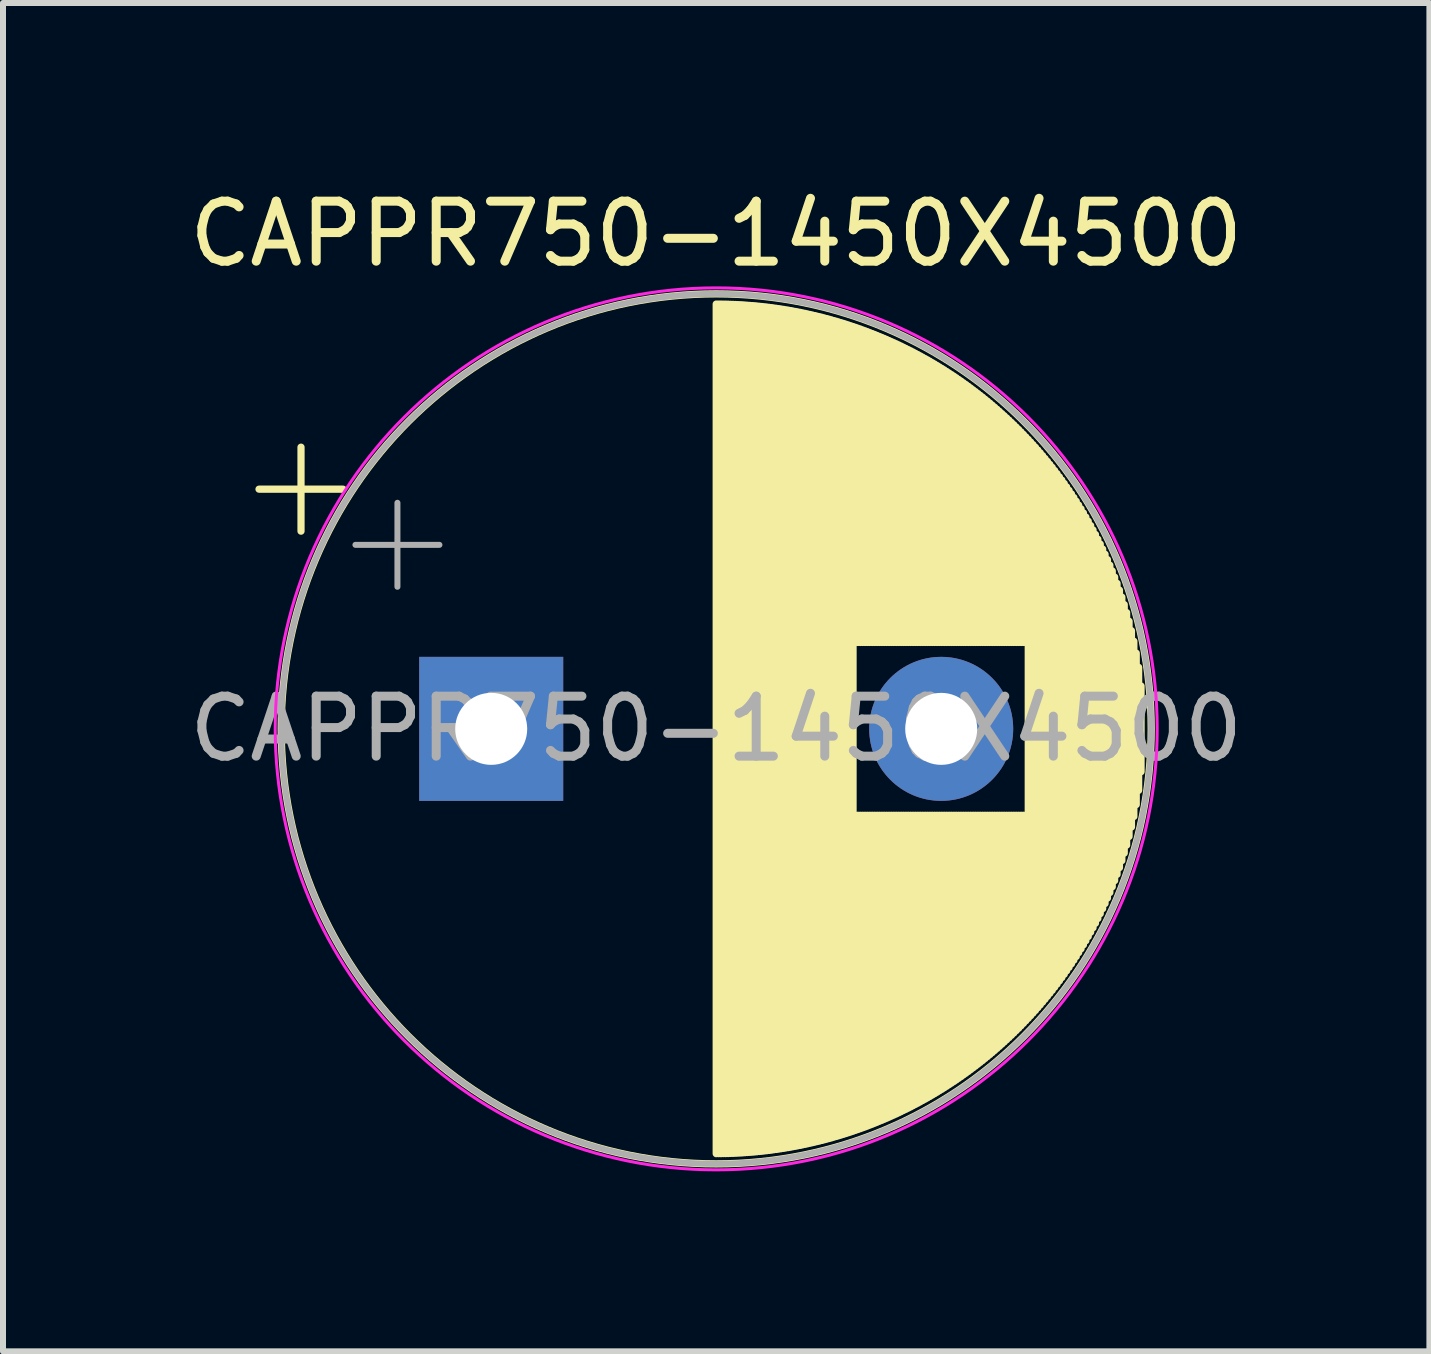
<source format=kicad_pcb>
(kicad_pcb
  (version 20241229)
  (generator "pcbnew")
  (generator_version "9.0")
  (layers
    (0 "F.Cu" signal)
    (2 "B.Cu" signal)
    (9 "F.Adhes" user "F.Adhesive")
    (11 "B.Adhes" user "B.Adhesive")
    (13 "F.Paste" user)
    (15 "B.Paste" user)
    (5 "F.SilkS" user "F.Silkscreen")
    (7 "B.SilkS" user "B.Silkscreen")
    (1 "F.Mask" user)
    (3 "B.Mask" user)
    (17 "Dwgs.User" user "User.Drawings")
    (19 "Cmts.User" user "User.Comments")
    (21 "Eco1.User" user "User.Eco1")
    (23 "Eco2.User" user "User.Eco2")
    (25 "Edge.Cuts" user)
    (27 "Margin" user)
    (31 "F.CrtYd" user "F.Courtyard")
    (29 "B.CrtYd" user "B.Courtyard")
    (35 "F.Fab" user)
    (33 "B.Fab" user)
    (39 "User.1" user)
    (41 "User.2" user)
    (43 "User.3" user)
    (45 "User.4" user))
  (footprint "CAPPR750-1450X4500"
    (layer "F.Cu")
    (at 5.137 9.098)
    (property "Reference" "CAPPR750-1450X4500" (at 3.75 -8.25 0) (layer "F.SilkS") (effects (font (size 1 1) (thickness 0.15))))
    (attr through_hole)
    (fp_line (start -3.87 -3.995) (end -2.47 -3.995) (stroke (width 0.12) (type solid)) (layer "F.SilkS"))
    (fp_line (start -3.17 -4.695) (end -3.17 -3.295) (stroke (width 0.12) (type solid)) (layer "F.SilkS"))
    (fp_line (start 3.75 -7.08) (end 3.75 7.08) (stroke (width 0.12) (type solid)) (layer "F.SilkS"))
    (fp_line (start 3.79 -7.08) (end 3.79 7.08) (stroke (width 0.12) (type solid)) (layer "F.SilkS"))
    (fp_line (start 3.83 -7.08) (end 3.83 7.08) (stroke (width 0.12) (type solid)) (layer "F.SilkS"))
    (fp_line (start 3.87 -7.079) (end 3.87 7.079) (stroke (width 0.12) (type solid)) (layer "F.SilkS"))
    (fp_line (start 3.91 -7.079) (end 3.91 7.079) (stroke (width 0.12) (type solid)) (layer "F.SilkS"))
    (fp_line (start 3.95 -7.078) (end 3.95 7.078) (stroke (width 0.12) (type solid)) (layer "F.SilkS"))
    (fp_line (start 3.99 -7.076) (end 3.99 7.076) (stroke (width 0.12) (type solid)) (layer "F.SilkS"))
    (fp_line (start 4.03 -7.075) (end 4.03 7.075) (stroke (width 0.12) (type solid)) (layer "F.SilkS"))
    (fp_line (start 4.07 -7.073) (end 4.07 7.073) (stroke (width 0.12) (type solid)) (layer "F.SilkS"))
    (fp_line (start 4.11 -7.071) (end 4.11 7.071) (stroke (width 0.12) (type solid)) (layer "F.SilkS"))
    (fp_line (start 4.15 -7.069) (end 4.15 7.069) (stroke (width 0.12) (type solid)) (layer "F.SilkS"))
    (fp_line (start 4.19 -7.067) (end 4.19 7.067) (stroke (width 0.12) (type solid)) (layer "F.SilkS"))
    (fp_line (start 4.23 -7.064) (end 4.23 7.064) (stroke (width 0.12) (type solid)) (layer "F.SilkS"))
    (fp_line (start 4.27 -7.061) (end 4.27 7.061) (stroke (width 0.12) (type solid)) (layer "F.SilkS"))
    (fp_line (start 4.31 -7.058) (end 4.31 7.058) (stroke (width 0.12) (type solid)) (layer "F.SilkS"))
    (fp_line (start 4.35 -7.055) (end 4.35 7.055) (stroke (width 0.12) (type solid)) (layer "F.SilkS"))
    (fp_line (start 4.39 -7.052) (end 4.39 7.052) (stroke (width 0.12) (type solid)) (layer "F.SilkS"))
    (fp_line (start 4.43 -7.048) (end 4.43 7.048) (stroke (width 0.12) (type solid)) (layer "F.SilkS"))
    (fp_line (start 4.471 -7.044) (end 4.471 7.044) (stroke (width 0.12) (type solid)) (layer "F.SilkS"))
    (fp_line (start 4.511 -7.04) (end 4.511 7.04) (stroke (width 0.12) (type solid)) (layer "F.SilkS"))
    (fp_line (start 4.551 -7.035) (end 4.551 7.035) (stroke (width 0.12) (type solid)) (layer "F.SilkS"))
    (fp_line (start 4.591 -7.031) (end 4.591 7.031) (stroke (width 0.12) (type solid)) (layer "F.SilkS"))
    (fp_line (start 4.631 -7.026) (end 4.631 7.026) (stroke (width 0.12) (type solid)) (layer "F.SilkS"))
    (fp_line (start 4.671 -7.021) (end 4.671 7.021) (stroke (width 0.12) (type solid)) (layer "F.SilkS"))
    (fp_line (start 4.711 -7.015) (end 4.711 7.015) (stroke (width 0.12) (type solid)) (layer "F.SilkS"))
    (fp_line (start 4.751 -7.01) (end 4.751 7.01) (stroke (width 0.12) (type solid)) (layer "F.SilkS"))
    (fp_line (start 4.791 -7.004) (end 4.791 7.004) (stroke (width 0.12) (type solid)) (layer "F.SilkS"))
    (fp_line (start 4.831 -6.998) (end 4.831 6.998) (stroke (width 0.12) (type solid)) (layer "F.SilkS"))
    (fp_line (start 4.871 -6.992) (end 4.871 6.992) (stroke (width 0.12) (type solid)) (layer "F.SilkS"))
    (fp_line (start 4.911 -6.985) (end 4.911 6.985) (stroke (width 0.12) (type solid)) (layer "F.SilkS"))
    (fp_line (start 4.951 -6.979) (end 4.951 6.979) (stroke (width 0.12) (type solid)) (layer "F.SilkS"))
    (fp_line (start 4.991 -6.972) (end 4.991 6.972) (stroke (width 0.12) (type solid)) (layer "F.SilkS"))
    (fp_line (start 5.031 -6.964) (end 5.031 6.964) (stroke (width 0.12) (type solid)) (layer "F.SilkS"))
    (fp_line (start 5.071 -6.957) (end 5.071 6.957) (stroke (width 0.12) (type solid)) (layer "F.SilkS"))
    (fp_line (start 5.111 -6.949) (end 5.111 6.949) (stroke (width 0.12) (type solid)) (layer "F.SilkS"))
    (fp_line (start 5.151 -6.942) (end 5.151 6.942) (stroke (width 0.12) (type solid)) (layer "F.SilkS"))
    (fp_line (start 5.191 -6.933) (end 5.191 6.933) (stroke (width 0.12) (type solid)) (layer "F.SilkS"))
    (fp_line (start 5.231 -6.925) (end 5.231 6.925) (stroke (width 0.12) (type solid)) (layer "F.SilkS"))
    (fp_line (start 5.271 -6.916) (end 5.271 6.916) (stroke (width 0.12) (type solid)) (layer "F.SilkS"))
    (fp_line (start 5.311 -6.907) (end 5.311 6.907) (stroke (width 0.12) (type solid)) (layer "F.SilkS"))
    (fp_line (start 5.351 -6.898) (end 5.351 6.898) (stroke (width 0.12) (type solid)) (layer "F.SilkS"))
    (fp_line (start 5.391 -6.889) (end 5.391 6.889) (stroke (width 0.12) (type solid)) (layer "F.SilkS"))
    (fp_line (start 5.431 -6.879) (end 5.431 6.879) (stroke (width 0.12) (type solid)) (layer "F.SilkS"))
    (fp_line (start 5.471 -6.87) (end 5.471 6.87) (stroke (width 0.12) (type solid)) (layer "F.SilkS"))
    (fp_line (start 5.511 -6.86) (end 5.511 6.86) (stroke (width 0.12) (type solid)) (layer "F.SilkS"))
    (fp_line (start 5.551 -6.849) (end 5.551 6.849) (stroke (width 0.12) (type solid)) (layer "F.SilkS"))
    (fp_line (start 5.591 -6.839) (end 5.591 6.839) (stroke (width 0.12) (type solid)) (layer "F.SilkS"))
    (fp_line (start 5.631 -6.828) (end 5.631 6.828) (stroke (width 0.12) (type solid)) (layer "F.SilkS"))
    (fp_line (start 5.671 -6.817) (end 5.671 6.817) (stroke (width 0.12) (type solid)) (layer "F.SilkS"))
    (fp_line (start 5.711 -6.805) (end 5.711 6.805) (stroke (width 0.12) (type solid)) (layer "F.SilkS"))
    (fp_line (start 5.751 -6.794) (end 5.751 6.794) (stroke (width 0.12) (type solid)) (layer "F.SilkS"))
    (fp_line (start 5.791 -6.782) (end 5.791 6.782) (stroke (width 0.12) (type solid)) (layer "F.SilkS"))
    (fp_line (start 5.831 -6.77) (end 5.831 6.77) (stroke (width 0.12) (type solid)) (layer "F.SilkS"))
    (fp_line (start 5.871 -6.758) (end 5.871 6.758) (stroke (width 0.12) (type solid)) (layer "F.SilkS"))
    (fp_line (start 5.911 -6.745) (end 5.911 6.745) (stroke (width 0.12) (type solid)) (layer "F.SilkS"))
    (fp_line (start 5.951 -6.732) (end 5.951 6.732) (stroke (width 0.12) (type solid)) (layer "F.SilkS"))
    (fp_line (start 5.991 -6.719) (end 5.991 6.719) (stroke (width 0.12) (type solid)) (layer "F.SilkS"))
    (fp_line (start 6.031 -6.706) (end 6.031 6.706) (stroke (width 0.12) (type solid)) (layer "F.SilkS"))
    (fp_line (start 6.071 -6.692) (end 6.071 -1.44) (stroke (width 0.12) (type solid)) (layer "F.SilkS"))
    (fp_line (start 6.071 1.44) (end 6.071 6.692) (stroke (width 0.12) (type solid)) (layer "F.SilkS"))
    (fp_line (start 6.111 -6.678) (end 6.111 -1.44) (stroke (width 0.12) (type solid)) (layer "F.SilkS"))
    (fp_line (start 6.111 1.44) (end 6.111 6.678) (stroke (width 0.12) (type solid)) (layer "F.SilkS"))
    (fp_line (start 6.151 -6.664) (end 6.151 -1.44) (stroke (width 0.12) (type solid)) (layer "F.SilkS"))
    (fp_line (start 6.151 1.44) (end 6.151 6.664) (stroke (width 0.12) (type solid)) (layer "F.SilkS"))
    (fp_line (start 6.191 -6.649) (end 6.191 -1.44) (stroke (width 0.12) (type solid)) (layer "F.SilkS"))
    (fp_line (start 6.191 1.44) (end 6.191 6.649) (stroke (width 0.12) (type solid)) (layer "F.SilkS"))
    (fp_line (start 6.231 -6.635) (end 6.231 -1.44) (stroke (width 0.12) (type solid)) (layer "F.SilkS"))
    (fp_line (start 6.231 1.44) (end 6.231 6.635) (stroke (width 0.12) (type solid)) (layer "F.SilkS"))
    (fp_line (start 6.271 -6.62) (end 6.271 -1.44) (stroke (width 0.12) (type solid)) (layer "F.SilkS"))
    (fp_line (start 6.271 1.44) (end 6.271 6.62) (stroke (width 0.12) (type solid)) (layer "F.SilkS"))
    (fp_line (start 6.311 -6.604) (end 6.311 -1.44) (stroke (width 0.12) (type solid)) (layer "F.SilkS"))
    (fp_line (start 6.311 1.44) (end 6.311 6.604) (stroke (width 0.12) (type solid)) (layer "F.SilkS"))
    (fp_line (start 6.351 -6.589) (end 6.351 -1.44) (stroke (width 0.12) (type solid)) (layer "F.SilkS"))
    (fp_line (start 6.351 1.44) (end 6.351 6.589) (stroke (width 0.12) (type solid)) (layer "F.SilkS"))
    (fp_line (start 6.391 -6.573) (end 6.391 -1.44) (stroke (width 0.12) (type solid)) (layer "F.SilkS"))
    (fp_line (start 6.391 1.44) (end 6.391 6.573) (stroke (width 0.12) (type solid)) (layer "F.SilkS"))
    (fp_line (start 6.431 -6.557) (end 6.431 -1.44) (stroke (width 0.12) (type solid)) (layer "F.SilkS"))
    (fp_line (start 6.431 1.44) (end 6.431 6.557) (stroke (width 0.12) (type solid)) (layer "F.SilkS"))
    (fp_line (start 6.471 -6.54) (end 6.471 -1.44) (stroke (width 0.12) (type solid)) (layer "F.SilkS"))
    (fp_line (start 6.471 1.44) (end 6.471 6.54) (stroke (width 0.12) (type solid)) (layer "F.SilkS"))
    (fp_line (start 6.511 -6.524) (end 6.511 -1.44) (stroke (width 0.12) (type solid)) (layer "F.SilkS"))
    (fp_line (start 6.511 1.44) (end 6.511 6.524) (stroke (width 0.12) (type solid)) (layer "F.SilkS"))
    (fp_line (start 6.551 -6.507) (end 6.551 -1.44) (stroke (width 0.12) (type solid)) (layer "F.SilkS"))
    (fp_line (start 6.551 1.44) (end 6.551 6.507) (stroke (width 0.12) (type solid)) (layer "F.SilkS"))
    (fp_line (start 6.591 -6.49) (end 6.591 -1.44) (stroke (width 0.12) (type solid)) (layer "F.SilkS"))
    (fp_line (start 6.591 1.44) (end 6.591 6.49) (stroke (width 0.12) (type solid)) (layer "F.SilkS"))
    (fp_line (start 6.631 -6.472) (end 6.631 -1.44) (stroke (width 0.12) (type solid)) (layer "F.SilkS"))
    (fp_line (start 6.631 1.44) (end 6.631 6.472) (stroke (width 0.12) (type solid)) (layer "F.SilkS"))
    (fp_line (start 6.671 -6.454) (end 6.671 -1.44) (stroke (width 0.12) (type solid)) (layer "F.SilkS"))
    (fp_line (start 6.671 1.44) (end 6.671 6.454) (stroke (width 0.12) (type solid)) (layer "F.SilkS"))
    (fp_line (start 6.711 -6.436) (end 6.711 -1.44) (stroke (width 0.12) (type solid)) (layer "F.SilkS"))
    (fp_line (start 6.711 1.44) (end 6.711 6.436) (stroke (width 0.12) (type solid)) (layer "F.SilkS"))
    (fp_line (start 6.751 -6.418) (end 6.751 -1.44) (stroke (width 0.12) (type solid)) (layer "F.SilkS"))
    (fp_line (start 6.751 1.44) (end 6.751 6.418) (stroke (width 0.12) (type solid)) (layer "F.SilkS"))
    (fp_line (start 6.791 -6.399) (end 6.791 -1.44) (stroke (width 0.12) (type solid)) (layer "F.SilkS"))
    (fp_line (start 6.791 1.44) (end 6.791 6.399) (stroke (width 0.12) (type solid)) (layer "F.SilkS"))
    (fp_line (start 6.831 -6.38) (end 6.831 -1.44) (stroke (width 0.12) (type solid)) (layer "F.SilkS"))
    (fp_line (start 6.831 1.44) (end 6.831 6.38) (stroke (width 0.12) (type solid)) (layer "F.SilkS"))
    (fp_line (start 6.871 -6.36) (end 6.871 -1.44) (stroke (width 0.12) (type solid)) (layer "F.SilkS"))
    (fp_line (start 6.871 1.44) (end 6.871 6.36) (stroke (width 0.12) (type solid)) (layer "F.SilkS"))
    (fp_line (start 6.911 -6.341) (end 6.911 -1.44) (stroke (width 0.12) (type solid)) (layer "F.SilkS"))
    (fp_line (start 6.911 1.44) (end 6.911 6.341) (stroke (width 0.12) (type solid)) (layer "F.SilkS"))
    (fp_line (start 6.951 -6.321) (end 6.951 -1.44) (stroke (width 0.12) (type solid)) (layer "F.SilkS"))
    (fp_line (start 6.951 1.44) (end 6.951 6.321) (stroke (width 0.12) (type solid)) (layer "F.SilkS"))
    (fp_line (start 6.991 -6.301) (end 6.991 -1.44) (stroke (width 0.12) (type solid)) (layer "F.SilkS"))
    (fp_line (start 6.991 1.44) (end 6.991 6.301) (stroke (width 0.12) (type solid)) (layer "F.SilkS"))
    (fp_line (start 7.031 -6.28) (end 7.031 -1.44) (stroke (width 0.12) (type solid)) (layer "F.SilkS"))
    (fp_line (start 7.031 1.44) (end 7.031 6.28) (stroke (width 0.12) (type solid)) (layer "F.SilkS"))
    (fp_line (start 7.071 -6.259) (end 7.071 -1.44) (stroke (width 0.12) (type solid)) (layer "F.SilkS"))
    (fp_line (start 7.071 1.44) (end 7.071 6.259) (stroke (width 0.12) (type solid)) (layer "F.SilkS"))
    (fp_line (start 7.111 -6.238) (end 7.111 -1.44) (stroke (width 0.12) (type solid)) (layer "F.SilkS"))
    (fp_line (start 7.111 1.44) (end 7.111 6.238) (stroke (width 0.12) (type solid)) (layer "F.SilkS"))
    (fp_line (start 7.151 -6.216) (end 7.151 -1.44) (stroke (width 0.12) (type solid)) (layer "F.SilkS"))
    (fp_line (start 7.151 1.44) (end 7.151 6.216) (stroke (width 0.12) (type solid)) (layer "F.SilkS"))
    (fp_line (start 7.191 -6.194) (end 7.191 -1.44) (stroke (width 0.12) (type solid)) (layer "F.SilkS"))
    (fp_line (start 7.191 1.44) (end 7.191 6.194) (stroke (width 0.12) (type solid)) (layer "F.SilkS"))
    (fp_line (start 7.231 -6.172) (end 7.231 -1.44) (stroke (width 0.12) (type solid)) (layer "F.SilkS"))
    (fp_line (start 7.231 1.44) (end 7.231 6.172) (stroke (width 0.12) (type solid)) (layer "F.SilkS"))
    (fp_line (start 7.271 -6.15) (end 7.271 -1.44) (stroke (width 0.12) (type solid)) (layer "F.SilkS"))
    (fp_line (start 7.271 1.44) (end 7.271 6.15) (stroke (width 0.12) (type solid)) (layer "F.SilkS"))
    (fp_line (start 7.311 -6.127) (end 7.311 -1.44) (stroke (width 0.12) (type solid)) (layer "F.SilkS"))
    (fp_line (start 7.311 1.44) (end 7.311 6.127) (stroke (width 0.12) (type solid)) (layer "F.SilkS"))
    (fp_line (start 7.351 -6.103) (end 7.351 -1.44) (stroke (width 0.12) (type solid)) (layer "F.SilkS"))
    (fp_line (start 7.351 1.44) (end 7.351 6.103) (stroke (width 0.12) (type solid)) (layer "F.SilkS"))
    (fp_line (start 7.391 -6.08) (end 7.391 -1.44) (stroke (width 0.12) (type solid)) (layer "F.SilkS"))
    (fp_line (start 7.391 1.44) (end 7.391 6.08) (stroke (width 0.12) (type solid)) (layer "F.SilkS"))
    (fp_line (start 7.431 -6.056) (end 7.431 -1.44) (stroke (width 0.12) (type solid)) (layer "F.SilkS"))
    (fp_line (start 7.431 1.44) (end 7.431 6.056) (stroke (width 0.12) (type solid)) (layer "F.SilkS"))
    (fp_line (start 7.471 -6.031) (end 7.471 -1.44) (stroke (width 0.12) (type solid)) (layer "F.SilkS"))
    (fp_line (start 7.471 1.44) (end 7.471 6.031) (stroke (width 0.12) (type solid)) (layer "F.SilkS"))
    (fp_line (start 7.511 -6.007) (end 7.511 -1.44) (stroke (width 0.12) (type solid)) (layer "F.SilkS"))
    (fp_line (start 7.511 1.44) (end 7.511 6.007) (stroke (width 0.12) (type solid)) (layer "F.SilkS"))
    (fp_line (start 7.551 -5.982) (end 7.551 -1.44) (stroke (width 0.12) (type solid)) (layer "F.SilkS"))
    (fp_line (start 7.551 1.44) (end 7.551 5.982) (stroke (width 0.12) (type solid)) (layer "F.SilkS"))
    (fp_line (start 7.591 -5.956) (end 7.591 -1.44) (stroke (width 0.12) (type solid)) (layer "F.SilkS"))
    (fp_line (start 7.591 1.44) (end 7.591 5.956) (stroke (width 0.12) (type solid)) (layer "F.SilkS"))
    (fp_line (start 7.631 -5.93) (end 7.631 -1.44) (stroke (width 0.12) (type solid)) (layer "F.SilkS"))
    (fp_line (start 7.631 1.44) (end 7.631 5.93) (stroke (width 0.12) (type solid)) (layer "F.SilkS"))
    (fp_line (start 7.671 -5.904) (end 7.671 -1.44) (stroke (width 0.12) (type solid)) (layer "F.SilkS"))
    (fp_line (start 7.671 1.44) (end 7.671 5.904) (stroke (width 0.12) (type solid)) (layer "F.SilkS"))
    (fp_line (start 7.711 -5.878) (end 7.711 -1.44) (stroke (width 0.12) (type solid)) (layer "F.SilkS"))
    (fp_line (start 7.711 1.44) (end 7.711 5.878) (stroke (width 0.12) (type solid)) (layer "F.SilkS"))
    (fp_line (start 7.751 -5.851) (end 7.751 -1.44) (stroke (width 0.12) (type solid)) (layer "F.SilkS"))
    (fp_line (start 7.751 1.44) (end 7.751 5.851) (stroke (width 0.12) (type solid)) (layer "F.SilkS"))
    (fp_line (start 7.791 -5.823) (end 7.791 -1.44) (stroke (width 0.12) (type solid)) (layer "F.SilkS"))
    (fp_line (start 7.791 1.44) (end 7.791 5.823) (stroke (width 0.12) (type solid)) (layer "F.SilkS"))
    (fp_line (start 7.831 -5.796) (end 7.831 -1.44) (stroke (width 0.12) (type solid)) (layer "F.SilkS"))
    (fp_line (start 7.831 1.44) (end 7.831 5.796) (stroke (width 0.12) (type solid)) (layer "F.SilkS"))
    (fp_line (start 7.871 -5.767) (end 7.871 -1.44) (stroke (width 0.12) (type solid)) (layer "F.SilkS"))
    (fp_line (start 7.871 1.44) (end 7.871 5.767) (stroke (width 0.12) (type solid)) (layer "F.SilkS"))
    (fp_line (start 7.911 -5.739) (end 7.911 -1.44) (stroke (width 0.12) (type solid)) (layer "F.SilkS"))
    (fp_line (start 7.911 1.44) (end 7.911 5.739) (stroke (width 0.12) (type solid)) (layer "F.SilkS"))
    (fp_line (start 7.951 -5.71) (end 7.951 -1.44) (stroke (width 0.12) (type solid)) (layer "F.SilkS"))
    (fp_line (start 7.951 1.44) (end 7.951 5.71) (stroke (width 0.12) (type solid)) (layer "F.SilkS"))
    (fp_line (start 7.991 -5.68) (end 7.991 -1.44) (stroke (width 0.12) (type solid)) (layer "F.SilkS"))
    (fp_line (start 7.991 1.44) (end 7.991 5.68) (stroke (width 0.12) (type solid)) (layer "F.SilkS"))
    (fp_line (start 8.031 -5.65) (end 8.031 -1.44) (stroke (width 0.12) (type solid)) (layer "F.SilkS"))
    (fp_line (start 8.031 1.44) (end 8.031 5.65) (stroke (width 0.12) (type solid)) (layer "F.SilkS"))
    (fp_line (start 8.071 -5.62) (end 8.071 -1.44) (stroke (width 0.12) (type solid)) (layer "F.SilkS"))
    (fp_line (start 8.071 1.44) (end 8.071 5.62) (stroke (width 0.12) (type solid)) (layer "F.SilkS"))
    (fp_line (start 8.111 -5.589) (end 8.111 -1.44) (stroke (width 0.12) (type solid)) (layer "F.SilkS"))
    (fp_line (start 8.111 1.44) (end 8.111 5.589) (stroke (width 0.12) (type solid)) (layer "F.SilkS"))
    (fp_line (start 8.151 -5.558) (end 8.151 -1.44) (stroke (width 0.12) (type solid)) (layer "F.SilkS"))
    (fp_line (start 8.151 1.44) (end 8.151 5.558) (stroke (width 0.12) (type solid)) (layer "F.SilkS"))
    (fp_line (start 8.191 -5.527) (end 8.191 -1.44) (stroke (width 0.12) (type solid)) (layer "F.SilkS"))
    (fp_line (start 8.191 1.44) (end 8.191 5.527) (stroke (width 0.12) (type solid)) (layer "F.SilkS"))
    (fp_line (start 8.231 -5.494) (end 8.231 -1.44) (stroke (width 0.12) (type solid)) (layer "F.SilkS"))
    (fp_line (start 8.231 1.44) (end 8.231 5.494) (stroke (width 0.12) (type solid)) (layer "F.SilkS"))
    (fp_line (start 8.271 -5.462) (end 8.271 -1.44) (stroke (width 0.12) (type solid)) (layer "F.SilkS"))
    (fp_line (start 8.271 1.44) (end 8.271 5.462) (stroke (width 0.12) (type solid)) (layer "F.SilkS"))
    (fp_line (start 8.311 -5.429) (end 8.311 -1.44) (stroke (width 0.12) (type solid)) (layer "F.SilkS"))
    (fp_line (start 8.311 1.44) (end 8.311 5.429) (stroke (width 0.12) (type solid)) (layer "F.SilkS"))
    (fp_line (start 8.351 -5.395) (end 8.351 -1.44) (stroke (width 0.12) (type solid)) (layer "F.SilkS"))
    (fp_line (start 8.351 1.44) (end 8.351 5.395) (stroke (width 0.12) (type solid)) (layer "F.SilkS"))
    (fp_line (start 8.391 -5.361) (end 8.391 -1.44) (stroke (width 0.12) (type solid)) (layer "F.SilkS"))
    (fp_line (start 8.391 1.44) (end 8.391 5.361) (stroke (width 0.12) (type solid)) (layer "F.SilkS"))
    (fp_line (start 8.431 -5.326) (end 8.431 -1.44) (stroke (width 0.12) (type solid)) (layer "F.SilkS"))
    (fp_line (start 8.431 1.44) (end 8.431 5.326) (stroke (width 0.12) (type solid)) (layer "F.SilkS"))
    (fp_line (start 8.471 -5.291) (end 8.471 -1.44) (stroke (width 0.12) (type solid)) (layer "F.SilkS"))
    (fp_line (start 8.471 1.44) (end 8.471 5.291) (stroke (width 0.12) (type solid)) (layer "F.SilkS"))
    (fp_line (start 8.511 -5.255) (end 8.511 -1.44) (stroke (width 0.12) (type solid)) (layer "F.SilkS"))
    (fp_line (start 8.511 1.44) (end 8.511 5.255) (stroke (width 0.12) (type solid)) (layer "F.SilkS"))
    (fp_line (start 8.551 -5.219) (end 8.551 -1.44) (stroke (width 0.12) (type solid)) (layer "F.SilkS"))
    (fp_line (start 8.551 1.44) (end 8.551 5.219) (stroke (width 0.12) (type solid)) (layer "F.SilkS"))
    (fp_line (start 8.591 -5.182) (end 8.591 -1.44) (stroke (width 0.12) (type solid)) (layer "F.SilkS"))
    (fp_line (start 8.591 1.44) (end 8.591 5.182) (stroke (width 0.12) (type solid)) (layer "F.SilkS"))
    (fp_line (start 8.631 -5.145) (end 8.631 -1.44) (stroke (width 0.12) (type solid)) (layer "F.SilkS"))
    (fp_line (start 8.631 1.44) (end 8.631 5.145) (stroke (width 0.12) (type solid)) (layer "F.SilkS"))
    (fp_line (start 8.671 -5.107) (end 8.671 -1.44) (stroke (width 0.12) (type solid)) (layer "F.SilkS"))
    (fp_line (start 8.671 1.44) (end 8.671 5.107) (stroke (width 0.12) (type solid)) (layer "F.SilkS"))
    (fp_line (start 8.711 -5.069) (end 8.711 -1.44) (stroke (width 0.12) (type solid)) (layer "F.SilkS"))
    (fp_line (start 8.711 1.44) (end 8.711 5.069) (stroke (width 0.12) (type solid)) (layer "F.SilkS"))
    (fp_line (start 8.751 -5.029) (end 8.751 -1.44) (stroke (width 0.12) (type solid)) (layer "F.SilkS"))
    (fp_line (start 8.751 1.44) (end 8.751 5.029) (stroke (width 0.12) (type solid)) (layer "F.SilkS"))
    (fp_line (start 8.791 -4.99) (end 8.791 -1.44) (stroke (width 0.12) (type solid)) (layer "F.SilkS"))
    (fp_line (start 8.791 1.44) (end 8.791 4.99) (stroke (width 0.12) (type solid)) (layer "F.SilkS"))
    (fp_line (start 8.831 -4.949) (end 8.831 -1.44) (stroke (width 0.12) (type solid)) (layer "F.SilkS"))
    (fp_line (start 8.831 1.44) (end 8.831 4.949) (stroke (width 0.12) (type solid)) (layer "F.SilkS"))
    (fp_line (start 8.871 -4.908) (end 8.871 -1.44) (stroke (width 0.12) (type solid)) (layer "F.SilkS"))
    (fp_line (start 8.871 1.44) (end 8.871 4.908) (stroke (width 0.12) (type solid)) (layer "F.SilkS"))
    (fp_line (start 8.911 -4.866) (end 8.911 -1.44) (stroke (width 0.12) (type solid)) (layer "F.SilkS"))
    (fp_line (start 8.911 1.44) (end 8.911 4.866) (stroke (width 0.12) (type solid)) (layer "F.SilkS"))
    (fp_line (start 8.951 -4.824) (end 8.951 4.824) (stroke (width 0.12) (type solid)) (layer "F.SilkS"))
    (fp_line (start 8.991 -4.781) (end 8.991 4.781) (stroke (width 0.12) (type solid)) (layer "F.SilkS"))
    (fp_line (start 9.031 -4.737) (end 9.031 4.737) (stroke (width 0.12) (type solid)) (layer "F.SilkS"))
    (fp_line (start 9.071 -4.693) (end 9.071 4.693) (stroke (width 0.12) (type solid)) (layer "F.SilkS"))
    (fp_line (start 9.111 -4.647) (end 9.111 4.647) (stroke (width 0.12) (type solid)) (layer "F.SilkS"))
    (fp_line (start 9.151 -4.601) (end 9.151 4.601) (stroke (width 0.12) (type solid)) (layer "F.SilkS"))
    (fp_line (start 9.191 -4.554) (end 9.191 4.554) (stroke (width 0.12) (type solid)) (layer "F.SilkS"))
    (fp_line (start 9.231 -4.506) (end 9.231 4.506) (stroke (width 0.12) (type solid)) (layer "F.SilkS"))
    (fp_line (start 9.271 -4.458) (end 9.271 4.458) (stroke (width 0.12) (type solid)) (layer "F.SilkS"))
    (fp_line (start 9.311 -4.408) (end 9.311 4.408) (stroke (width 0.12) (type solid)) (layer "F.SilkS"))
    (fp_line (start 9.351 -4.358) (end 9.351 4.358) (stroke (width 0.12) (type solid)) (layer "F.SilkS"))
    (fp_line (start 9.391 -4.306) (end 9.391 4.306) (stroke (width 0.12) (type solid)) (layer "F.SilkS"))
    (fp_line (start 9.431 -4.254) (end 9.431 4.254) (stroke (width 0.12) (type solid)) (layer "F.SilkS"))
    (fp_line (start 9.471 -4.2) (end 9.471 4.2) (stroke (width 0.12) (type solid)) (layer "F.SilkS"))
    (fp_line (start 9.511 -4.146) (end 9.511 4.146) (stroke (width 0.12) (type solid)) (layer "F.SilkS"))
    (fp_line (start 9.551 -4.09) (end 9.551 4.09) (stroke (width 0.12) (type solid)) (layer "F.SilkS"))
    (fp_line (start 9.591 -4.033) (end 9.591 4.033) (stroke (width 0.12) (type solid)) (layer "F.SilkS"))
    (fp_line (start 9.631 -3.975) (end 9.631 3.975) (stroke (width 0.12) (type solid)) (layer "F.SilkS"))
    (fp_line (start 9.671 -3.916) (end 9.671 3.916) (stroke (width 0.12) (type solid)) (layer "F.SilkS"))
    (fp_line (start 9.711 -3.856) (end 9.711 3.856) (stroke (width 0.12) (type solid)) (layer "F.SilkS"))
    (fp_line (start 9.751 -3.794) (end 9.751 3.794) (stroke (width 0.12) (type solid)) (layer "F.SilkS"))
    (fp_line (start 9.791 -3.73) (end 9.791 3.73) (stroke (width 0.12) (type solid)) (layer "F.SilkS"))
    (fp_line (start 9.831 -3.666) (end 9.831 3.666) (stroke (width 0.12) (type solid)) (layer "F.SilkS"))
    (fp_line (start 9.871 -3.599) (end 9.871 3.599) (stroke (width 0.12) (type solid)) (layer "F.SilkS"))
    (fp_line (start 9.911 -3.531) (end 9.911 3.531) (stroke (width 0.12) (type solid)) (layer "F.SilkS"))
    (fp_line (start 9.951 -3.461) (end 9.951 3.461) (stroke (width 0.12) (type solid)) (layer "F.SilkS"))
    (fp_line (start 9.991 -3.389) (end 9.991 3.389) (stroke (width 0.12) (type solid)) (layer "F.SilkS"))
    (fp_line (start 10.031 -3.315) (end 10.031 3.315) (stroke (width 0.12) (type solid)) (layer "F.SilkS"))
    (fp_line (start 10.071 -3.24) (end 10.071 3.24) (stroke (width 0.12) (type solid)) (layer "F.SilkS"))
    (fp_line (start 10.111 -3.161) (end 10.111 3.161) (stroke (width 0.12) (type solid)) (layer "F.SilkS"))
    (fp_line (start 10.151 -3.08) (end 10.151 3.08) (stroke (width 0.12) (type solid)) (layer "F.SilkS"))
    (fp_line (start 10.191 -2.997) (end 10.191 2.997) (stroke (width 0.12) (type solid)) (layer "F.SilkS"))
    (fp_line (start 10.231 -2.911) (end 10.231 2.911) (stroke (width 0.12) (type solid)) (layer "F.SilkS"))
    (fp_line (start 10.271 -2.821) (end 10.271 2.821) (stroke (width 0.12) (type solid)) (layer "F.SilkS"))
    (fp_line (start 10.311 -2.728) (end 10.311 2.728) (stroke (width 0.12) (type solid)) (layer "F.SilkS"))
    (fp_line (start 10.351 -2.632) (end 10.351 2.632) (stroke (width 0.12) (type solid)) (layer "F.SilkS"))
    (fp_line (start 10.391 -2.53) (end 10.391 2.53) (stroke (width 0.12) (type solid)) (layer "F.SilkS"))
    (fp_line (start 10.431 -2.425) (end 10.431 2.425) (stroke (width 0.12) (type solid)) (layer "F.SilkS"))
    (fp_line (start 10.471 -2.313) (end 10.471 2.313) (stroke (width 0.12) (type solid)) (layer "F.SilkS"))
    (fp_line (start 10.511 -2.196) (end 10.511 2.196) (stroke (width 0.12) (type solid)) (layer "F.SilkS"))
    (fp_line (start 10.551 -2.071) (end 10.551 2.071) (stroke (width 0.12) (type solid)) (layer "F.SilkS"))
    (fp_line (start 10.591 -1.938) (end 10.591 1.938) (stroke (width 0.12) (type solid)) (layer "F.SilkS"))
    (fp_line (start 10.631 -1.794) (end 10.631 1.794) (stroke (width 0.12) (type solid)) (layer "F.SilkS"))
    (fp_line (start 10.671 -1.636) (end 10.671 1.636) (stroke (width 0.12) (type solid)) (layer "F.SilkS"))
    (fp_line (start 10.711 -1.461) (end 10.711 1.461) (stroke (width 0.12) (type solid)) (layer "F.SilkS"))
    (fp_line (start 10.751 -1.262) (end 10.751 1.262) (stroke (width 0.12) (type solid)) (layer "F.SilkS"))
    (fp_line (start 10.791 -1.025) (end 10.791 1.025) (stroke (width 0.12) (type solid)) (layer "F.SilkS"))
    (fp_line (start 10.831 -0.714) (end 10.831 0.714) (stroke (width 0.12) (type solid)) (layer "F.SilkS"))
    (fp_circle (center 3.75 0) (end 11 0) (stroke (width 0.12) (type solid)) (fill no) (layer "F.SilkS"))
    (fp_circle (center 3.75 0) (end 11.1 0) (stroke (width 0.05) (type solid)) (fill no) (layer "F.CrtYd"))
    (fp_line (start -2.263 -3.067) (end -0.863 -3.067) (stroke (width 0.1) (type solid)) (layer "F.Fab"))
    (fp_line (start -1.563 -3.768) (end -1.563 -2.368) (stroke (width 0.1) (type solid)) (layer "F.Fab"))
    (fp_circle (center 3.75 0) (end 11 0) (stroke (width 0.1) (type solid)) (fill no) (layer "F.Fab"))
    (fp_text user "${REFERENCE}" (at 3.75 0 0) (layer "F.Fab") (effects (font (size 1 1) (thickness 0.15))))
    (pad "1" thru_hole rect (at 0 0) (size 2.4 2.4) (drill 1.2) (layers "*.Cu" "*.Mask"))
    (pad "2" thru_hole circle (at 7.5 0) (size 2.4 2.4) (drill 1.2) (layers "*.Cu" "*.Mask")))
  (gr_rect
    (start -3 -3)
    (end 20.774 19.473)
    (stroke (width 0.1) (type default))
    (fill no)
    (layer "Edge.Cuts")))
</source>
